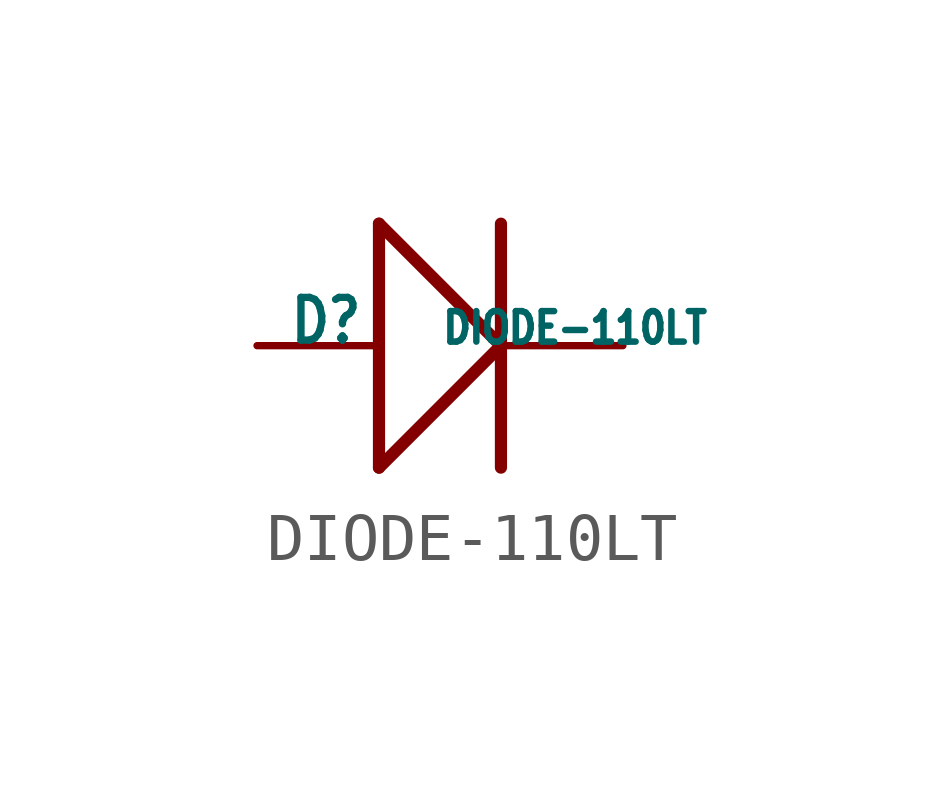
<source format=kicad_sym>
(kicad_symbol_lib
  (version 20211014)
  (generator kicad_symbol_editor)
  (symbol "DIODE-110LT"
    (property "Reference" "D"
      (at -3.175 0 0)
      (effects (font (size 0.889 0.756)) (justify left bottom)))
    (property "Value" "DIODE-110LT"
      (at 0 0 0)
      (effects (font (size 0.635 0.54)) (justify left bottom)))
    (property "ki_locked" ""
      (at 0 0 0)
      (effects (font (size 1.27 1.27))))
    (symbol "DIODE-110LT_1_0"
      (polyline (pts (xy -1.27 -2.54) (xy -1.27 2.54)) (stroke (width 0.254) (type default) (color 0 0 0 0)) (fill (type none)))
      (polyline (pts (xy -1.27 -2.54) (xy 1.27 0)) (stroke (width 0.254) (type default) (color 0 0 0 0)) (fill (type none)))
      (polyline (pts (xy -1.27 2.54) (xy 1.27 0)) (stroke (width 0.254) (type default) (color 0 0 0 0)) (fill (type none)))
      (polyline (pts (xy 1.27 2.54) (xy 1.27 -2.54)) (stroke (width 0.254) (type default) (color 0 0 0 0)) (fill (type none)))
      (pin passive line (at -3.81 0 0) (length 2.54) (name "+" (effects (font (size 0 0)))) (number "+" (effects (font (size 0 0)))))
      (pin passive line (at 3.81 0 180) (length 2.54) (name "-" (effects (font (size 0 0)))) (number "-" (effects (font (size 0 0))))))))
</source>
